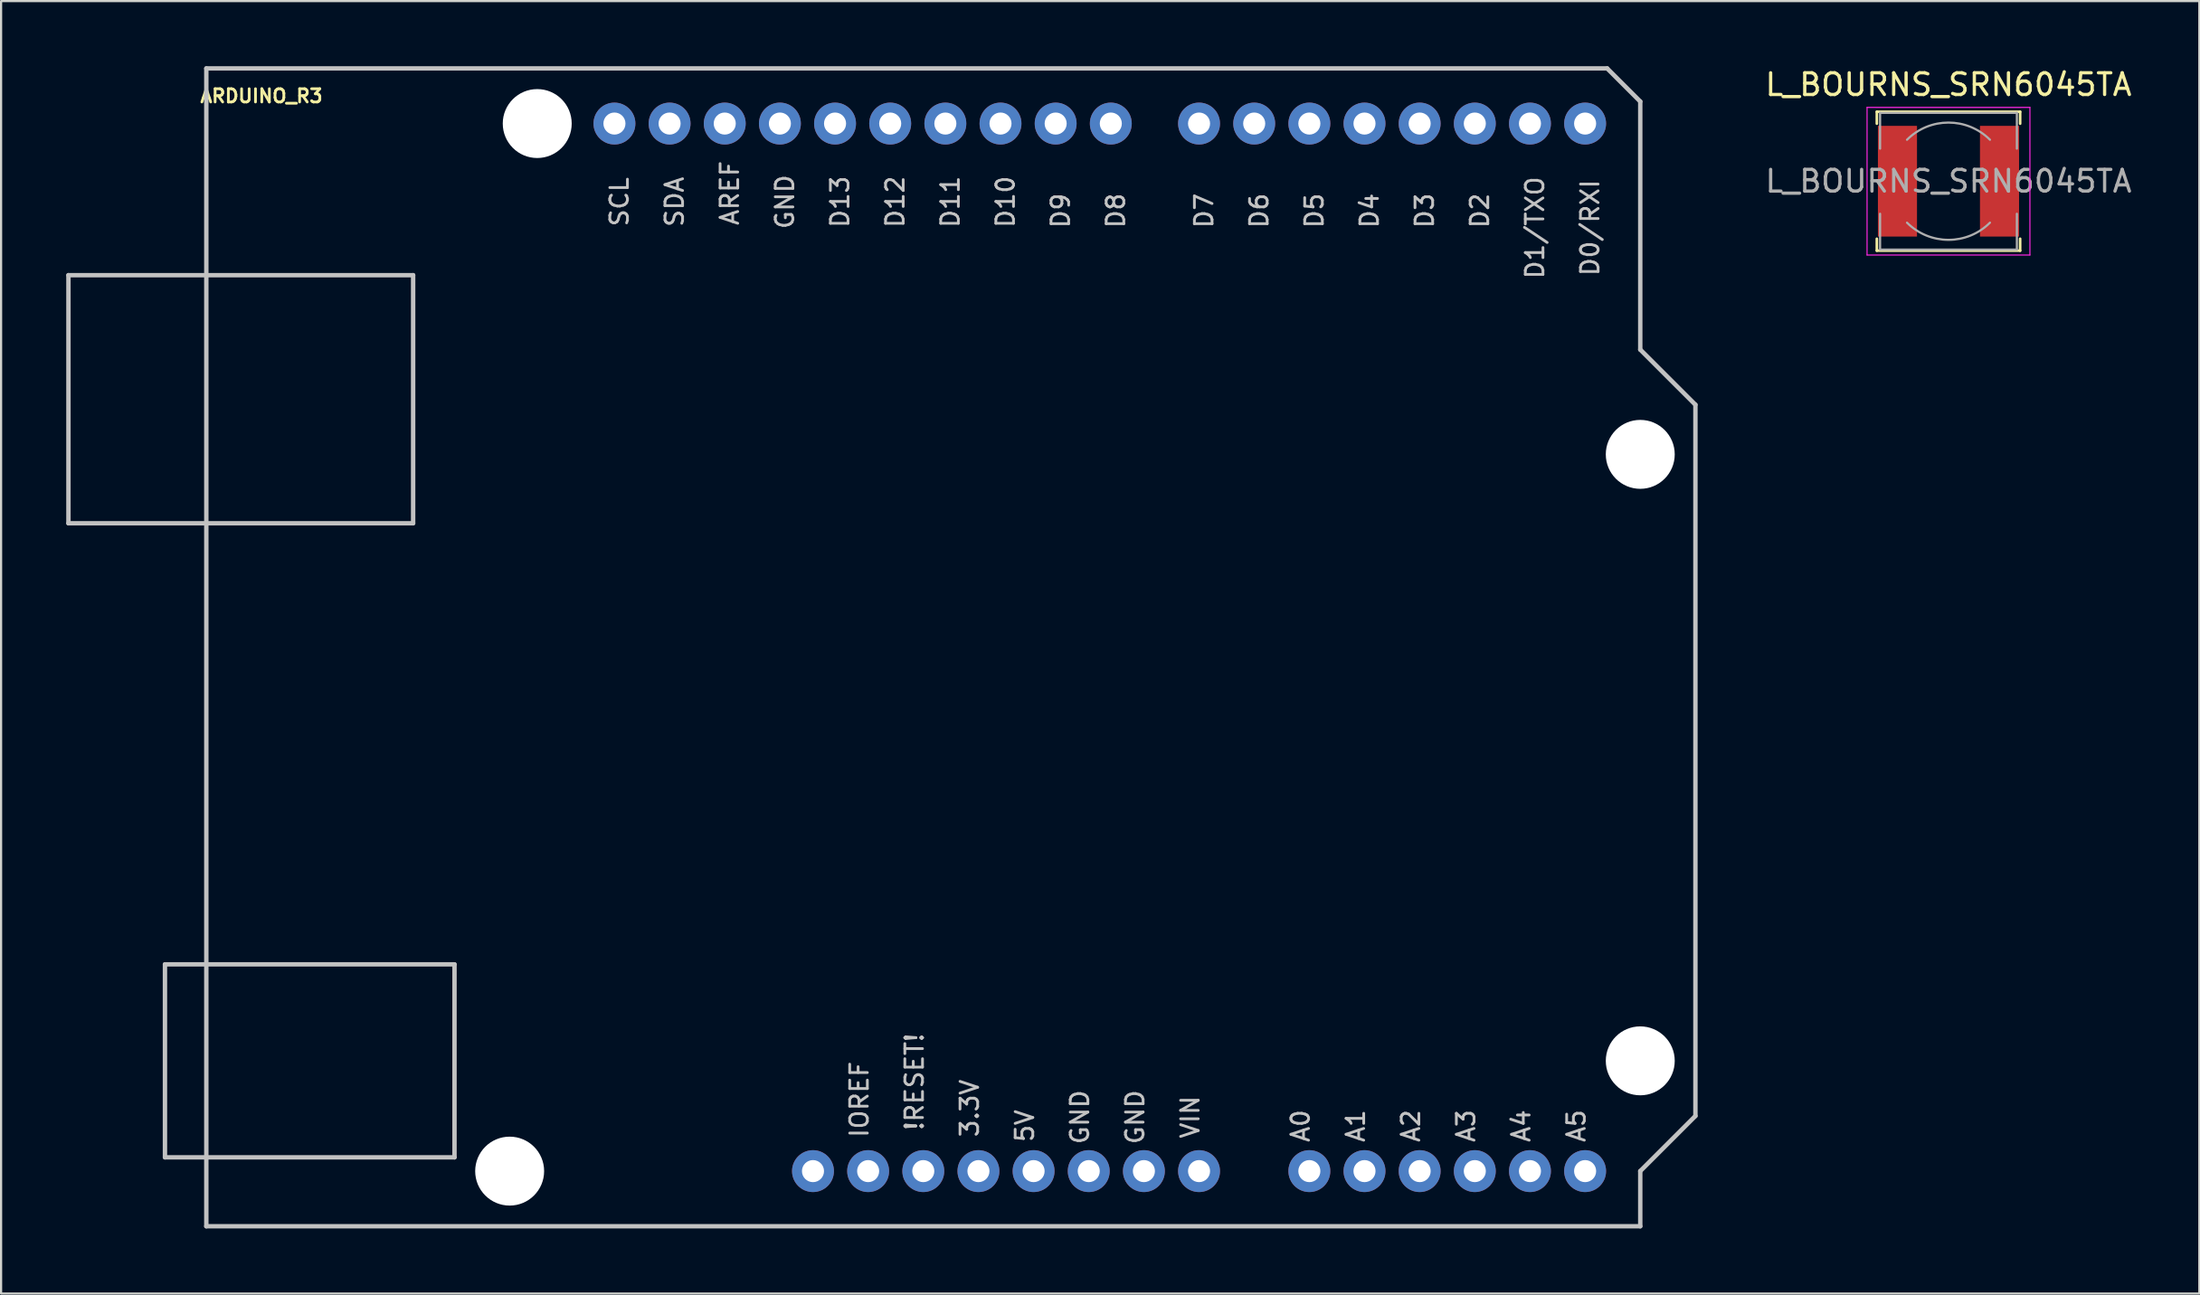
<source format=kicad_pcb>
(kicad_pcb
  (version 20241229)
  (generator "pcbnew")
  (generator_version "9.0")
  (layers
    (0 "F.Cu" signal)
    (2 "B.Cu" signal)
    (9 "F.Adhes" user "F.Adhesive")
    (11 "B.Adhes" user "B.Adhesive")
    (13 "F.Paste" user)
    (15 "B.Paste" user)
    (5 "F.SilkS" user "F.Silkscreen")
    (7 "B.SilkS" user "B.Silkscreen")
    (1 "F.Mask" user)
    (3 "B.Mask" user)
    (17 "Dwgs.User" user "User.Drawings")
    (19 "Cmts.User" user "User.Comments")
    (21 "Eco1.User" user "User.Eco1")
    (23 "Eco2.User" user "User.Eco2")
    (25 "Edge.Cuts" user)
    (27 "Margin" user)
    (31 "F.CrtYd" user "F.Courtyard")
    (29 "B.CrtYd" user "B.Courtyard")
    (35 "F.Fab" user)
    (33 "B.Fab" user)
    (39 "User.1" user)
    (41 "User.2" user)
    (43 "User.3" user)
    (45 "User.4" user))
  (footprint "ARDUINO_R3"
    (layer "F.Cu")
    (at 39.472 26.772)
    (property "Reference" "ARDUINO_R3" (at -30.48 -25.4 0) (layer "F.SilkS") (effects (font (size 0.61 0.61) (thickness 0.127))))
    (attr exclude_from_pos_files exclude_from_bom)
    (fp_line (start -39.37 -17.145) (end -23.495 -17.145) (stroke (width 0.203) (type solid)) (layer "Dwgs.User"))
    (fp_line (start -39.37 -5.715) (end -39.37 -17.145) (stroke (width 0.203) (type solid)) (layer "Dwgs.User"))
    (fp_line (start -34.925 14.605) (end -21.59 14.605) (stroke (width 0.203) (type solid)) (layer "Dwgs.User"))
    (fp_line (start -34.925 23.495) (end -34.925 14.605) (stroke (width 0.203) (type solid)) (layer "Dwgs.User"))
    (fp_line (start -33.02 -26.67) (end 31.496 -26.67) (stroke (width 0.203) (type solid)) (layer "Dwgs.User"))
    (fp_line (start -33.02 26.67) (end -33.02 -26.67) (stroke (width 0.203) (type solid)) (layer "Dwgs.User"))
    (fp_line (start -23.495 -17.145) (end -23.495 -5.715) (stroke (width 0.203) (type solid)) (layer "Dwgs.User"))
    (fp_line (start -23.495 -5.715) (end -39.37 -5.715) (stroke (width 0.203) (type solid)) (layer "Dwgs.User"))
    (fp_line (start -21.59 14.605) (end -21.59 23.495) (stroke (width 0.203) (type solid)) (layer "Dwgs.User"))
    (fp_line (start -21.59 23.495) (end -34.925 23.495) (stroke (width 0.203) (type solid)) (layer "Dwgs.User"))
    (fp_line (start 31.496 -26.67) (end 33.02 -25.146) (stroke (width 0.203) (type solid)) (layer "Dwgs.User"))
    (fp_line (start 33.02 -25.146) (end 33.02 -13.716) (stroke (width 0.203) (type solid)) (layer "Dwgs.User"))
    (fp_line (start 33.02 -13.716) (end 35.56 -11.176) (stroke (width 0.203) (type solid)) (layer "Dwgs.User"))
    (fp_line (start 33.02 24.13) (end 33.02 26.67) (stroke (width 0.203) (type solid)) (layer "Dwgs.User"))
    (fp_line (start 33.02 26.67) (end -33.02 26.67) (stroke (width 0.203) (type solid)) (layer "Dwgs.User"))
    (fp_line (start 35.56 -11.176) (end 35.56 21.59) (stroke (width 0.203) (type solid)) (layer "Dwgs.User"))
    (fp_line (start 35.56 21.59) (end 33.02 24.13) (stroke (width 0.203) (type solid)) (layer "Dwgs.User"))
    (fp_text user "A3" (at 24.994 22.047 90) (layer "Dwgs.User") (effects (font (size 0.813 0.813) (thickness 0.127))))
    (fp_text user "D2" (at 25.629 -20.117 90) (layer "Dwgs.User") (effects (font (size 0.813 0.813) (thickness 0.127))))
    (fp_text user "D7" (at 12.929 -20.117 90) (layer "Dwgs.User") (effects (font (size 0.813 0.813) (thickness 0.127))))
    (fp_text user "A5" (at 30.074 22.047 90) (layer "Dwgs.User") (effects (font (size 0.813 0.813) (thickness 0.127))))
    (fp_text user "A2" (at 22.454 22.047 90) (layer "Dwgs.User") (effects (font (size 0.813 0.813) (thickness 0.127))))
    (fp_text user "D5" (at 18.009 -20.117 90) (layer "Dwgs.User") (effects (font (size 0.813 0.813) (thickness 0.127))))
    (fp_text user "IOREF" (at -2.946 20.828 90) (layer "Dwgs.User") (effects (font (size 0.813 0.813) (thickness 0.127))))
    (fp_text user "VIN" (at 12.294 21.641 90) (layer "Dwgs.User") (effects (font (size 0.813 0.813) (thickness 0.127))))
    (fp_text user "A1" (at 19.914 22.047 90) (layer "Dwgs.User") (effects (font (size 0.813 0.813) (thickness 0.127))))
    (fp_text user "SDA" (at -11.455 -20.523 90) (layer "Dwgs.User") (effects (font (size 0.813 0.813) (thickness 0.127))))
    (fp_text user "D3" (at 23.089 -20.117 90) (layer "Dwgs.User") (effects (font (size 0.813 0.813) (thickness 0.127))))
    (fp_text user "D0/RXI" (at 30.709 -19.329 90) (layer "Dwgs.User") (effects (font (size 0.813 0.813) (thickness 0.127))))
    (fp_text user "AREF" (at -8.915 -20.93 90) (layer "Dwgs.User") (effects (font (size 0.813 0.813) (thickness 0.127))))
    (fp_text user "D12" (at -1.295 -20.523 90) (layer "Dwgs.User") (effects (font (size 0.813 0.813) (thickness 0.127))))
    (fp_text user "GND" (at 7.211 21.641 90) (layer "Dwgs.User") (effects (font (size 0.813 0.813) (thickness 0.127))))
    (fp_text user "GND" (at 9.754 21.641 90) (layer "Dwgs.User") (effects (font (size 0.813 0.813) (thickness 0.127))))
    (fp_text user "SCL" (at -13.995 -20.523 90) (layer "Dwgs.User") (effects (font (size 0.813 0.813) (thickness 0.127))))
    (fp_text user "D10" (at 3.785 -20.523 90) (layer "Dwgs.User") (effects (font (size 0.813 0.813) (thickness 0.127))))
    (fp_text user "A4" (at 27.534 22.047 90) (layer "Dwgs.User") (effects (font (size 0.813 0.813) (thickness 0.127))))
    (fp_text user "!RESET!" (at -0.406 20.015 90) (layer "Dwgs.User") (effects (font (size 0.813 0.813) (thickness 0.127))))
    (fp_text user "D11" (at 1.245 -20.523 90) (layer "Dwgs.User") (effects (font (size 0.813 0.813) (thickness 0.127))))
    (fp_text user "D1/TXO" (at 28.169 -19.329 90) (layer "Dwgs.User") (effects (font (size 0.813 0.813) (thickness 0.127))))
    (fp_text user "3.3V" (at 2.134 21.234 90) (layer "Dwgs.User") (effects (font (size 0.813 0.813) (thickness 0.127))))
    (fp_text user "D9" (at 6.325 -20.117 90) (layer "Dwgs.User") (effects (font (size 0.813 0.813) (thickness 0.127))))
    (fp_text user "A0" (at 17.374 22.047 90) (layer "Dwgs.User") (effects (font (size 0.813 0.813) (thickness 0.127))))
    (fp_text user "D6" (at 15.469 -20.117 90) (layer "Dwgs.User") (effects (font (size 0.813 0.813) (thickness 0.127))))
    (fp_text user "D13" (at -3.835 -20.523 90) (layer "Dwgs.User") (effects (font (size 0.813 0.813) (thickness 0.127))))
    (fp_text user "D8" (at 8.865 -20.117 90) (layer "Dwgs.User") (effects (font (size 0.813 0.813) (thickness 0.127))))
    (fp_text user "D4" (at 20.549 -20.117 90) (layer "Dwgs.User") (effects (font (size 0.813 0.813) (thickness 0.127))))
    (fp_text user "5V" (at 4.674 22.047 90) (layer "Dwgs.User") (effects (font (size 0.813 0.813) (thickness 0.127))))
    (fp_text user "GND" (at -6.375 -20.523 90) (layer "Dwgs.User") (effects (font (size 0.813 0.813) (thickness 0.127))))
    (pad "" np_thru_hole circle (at -19.05 24.13) (size 3.175 3.175) (drill 3.175) (layers "*.Cu" "*.Mask"))
    (pad "" np_thru_hole circle (at -17.78 -24.13) (size 3.175 3.175) (drill 3.175) (layers "*.Cu" "*.Mask"))
    (pad "" np_thru_hole circle (at 33.02 -8.89) (size 3.175 3.175) (drill 3.175) (layers "*.Cu" "*.Mask"))
    (pad "" np_thru_hole circle (at 33.02 19.05) (size 3.175 3.175) (drill 3.175) (layers "*.Cu" "*.Mask"))
    (pad "1" thru_hole circle (at -5.08 24.13) (size 1.93 1.93) (drill 1.016) (layers "*.Cu" "*.Mask"))
    (pad "2" thru_hole circle (at -2.54 24.13) (size 1.93 1.93) (drill 1.016) (layers "*.Cu" "*.Mask"))
    (pad "3" thru_hole circle (at 0 24.13) (size 1.93 1.93) (drill 1.016) (layers "*.Cu" "*.Mask"))
    (pad "4" thru_hole circle (at 2.54 24.13) (size 1.93 1.93) (drill 1.016) (layers "*.Cu" "*.Mask"))
    (pad "5" thru_hole circle (at 5.08 24.13) (size 1.93 1.93) (drill 1.016) (layers "*.Cu" "*.Mask"))
    (pad "6" thru_hole circle (at 7.62 24.13) (size 1.93 1.93) (drill 1.016) (layers "*.Cu" "*.Mask"))
    (pad "7" thru_hole circle (at 10.16 24.13) (size 1.93 1.93) (drill 1.016) (layers "*.Cu" "*.Mask"))
    (pad "8" thru_hole circle (at 12.7 24.13) (size 1.93 1.93) (drill 1.016) (layers "*.Cu" "*.Mask"))
    (pad "9" thru_hole circle (at 17.78 24.13) (size 1.93 1.93) (drill 1.016) (layers "*.Cu" "*.Mask"))
    (pad "10" thru_hole circle (at 20.32 24.13) (size 1.93 1.93) (drill 1.016) (layers "*.Cu" "*.Mask"))
    (pad "11" thru_hole circle (at 22.86 24.13) (size 1.93 1.93) (drill 1.016) (layers "*.Cu" "*.Mask"))
    (pad "12" thru_hole circle (at 25.4 24.13) (size 1.93 1.93) (drill 1.016) (layers "*.Cu" "*.Mask"))
    (pad "13" thru_hole circle (at 27.94 24.13) (size 1.93 1.93) (drill 1.016) (layers "*.Cu" "*.Mask"))
    (pad "14" thru_hole circle (at 30.48 24.13) (size 1.93 1.93) (drill 1.016) (layers "*.Cu" "*.Mask"))
    (pad "15" thru_hole circle (at 30.48 -24.13) (size 1.93 1.93) (drill 1.016) (layers "*.Cu" "*.Mask"))
    (pad "16" thru_hole circle (at 27.94 -24.13) (size 1.93 1.93) (drill 1.016) (layers "*.Cu" "*.Mask"))
    (pad "17" thru_hole circle (at 25.4 -24.13) (size 1.93 1.93) (drill 1.016) (layers "*.Cu" "*.Mask"))
    (pad "18" thru_hole circle (at 22.86 -24.13) (size 1.93 1.93) (drill 1.016) (layers "*.Cu" "*.Mask"))
    (pad "19" thru_hole circle (at 20.32 -24.13) (size 1.93 1.93) (drill 1.016) (layers "*.Cu" "*.Mask"))
    (pad "20" thru_hole circle (at 17.78 -24.13) (size 1.93 1.93) (drill 1.016) (layers "*.Cu" "*.Mask"))
    (pad "21" thru_hole circle (at 15.24 -24.13) (size 1.93 1.93) (drill 1.016) (layers "*.Cu" "*.Mask"))
    (pad "22" thru_hole circle (at 12.7 -24.13) (size 1.93 1.93) (drill 1.016) (layers "*.Cu" "*.Mask"))
    (pad "23" thru_hole circle (at 8.636 -24.13) (size 1.93 1.93) (drill 1.016) (layers "*.Cu" "*.Mask"))
    (pad "24" thru_hole circle (at 6.096 -24.13) (size 1.93 1.93) (drill 1.016) (layers "*.Cu" "*.Mask"))
    (pad "25" thru_hole circle (at 3.556 -24.13) (size 1.93 1.93) (drill 1.016) (layers "*.Cu" "*.Mask"))
    (pad "26" thru_hole circle (at 1.016 -24.13) (size 1.93 1.93) (drill 1.016) (layers "*.Cu" "*.Mask"))
    (pad "27" thru_hole circle (at -1.524 -24.13) (size 1.93 1.93) (drill 1.016) (layers "*.Cu" "*.Mask"))
    (pad "28" thru_hole circle (at -4.064 -24.13) (size 1.93 1.93) (drill 1.016) (layers "*.Cu" "*.Mask"))
    (pad "29" thru_hole circle (at -6.604 -24.13) (size 1.93 1.93) (drill 1.016) (layers "*.Cu" "*.Mask"))
    (pad "30" thru_hole circle (at -9.144 -24.13) (size 1.93 1.93) (drill 1.016) (layers "*.Cu" "*.Mask"))
    (pad "31" thru_hole circle (at -11.684 -24.13) (size 1.93 1.93) (drill 1.016) (layers "*.Cu" "*.Mask"))
    (pad "32" thru_hole circle (at -14.224 -24.13) (size 1.93 1.93) (drill 1.016) (layers "*.Cu" "*.Mask")))
  (footprint "L_BOURNS_SRN6045TA"
    (layer "F.Cu")
    (at 86.687 5.298)
    (property "Reference" "L_BOURNS_SRN6045TA" (at 0 -4.45 0) (layer "F.SilkS") (effects (font (size 1 1) (thickness 0.15))))
    (attr smd)
    (fp_line (start -3.3 -3.2) (end 3.3 -3.2) (stroke (width 0.12) (type solid)) (layer "F.SilkS"))
    (fp_line (start -3.3 -2.65) (end -3.3 -3.2) (stroke (width 0.12) (type solid)) (layer "F.SilkS"))
    (fp_line (start -3.3 3.2) (end -3.3 2.65) (stroke (width 0.12) (type solid)) (layer "F.SilkS"))
    (fp_line (start 3.3 -3.2) (end 3.3 -2.65) (stroke (width 0.12) (type solid)) (layer "F.SilkS"))
    (fp_line (start 3.3 2.65) (end 3.3 3.2) (stroke (width 0.12) (type solid)) (layer "F.SilkS"))
    (fp_line (start 3.3 3.2) (end -3.3 3.2) (stroke (width 0.12) (type solid)) (layer "F.SilkS"))
    (fp_line (start -3.75 -3.4) (end -3.75 3.4) (stroke (width 0.05) (type solid)) (layer "F.CrtYd"))
    (fp_line (start -3.75 3.4) (end 3.75 3.4) (stroke (width 0.05) (type solid)) (layer "F.CrtYd"))
    (fp_line (start 3.75 -3.4) (end -3.75 -3.4) (stroke (width 0.05) (type solid)) (layer "F.CrtYd"))
    (fp_line (start 3.75 3.4) (end 3.75 -3.4) (stroke (width 0.05) (type solid)) (layer "F.CrtYd"))
    (fp_line (start -3.15 -3.15) (end -3.15 -1.5) (stroke (width 0.1) (type solid)) (layer "F.Fab"))
    (fp_line (start -3.15 -3.15) (end 3.15 -3.15) (stroke (width 0.1) (type solid)) (layer "F.Fab"))
    (fp_line (start -3.15 3.15) (end -3.15 1.5) (stroke (width 0.1) (type solid)) (layer "F.Fab"))
    (fp_line (start -3.15 3.15) (end 3.15 3.15) (stroke (width 0.1) (type solid)) (layer "F.Fab"))
    (fp_line (start 3.15 -3.15) (end 3.15 -1.5) (stroke (width 0.1) (type solid)) (layer "F.Fab"))
    (fp_line (start 3.15 3.15) (end 3.15 1.5) (stroke (width 0.1) (type solid)) (layer "F.Fab"))
    (fp_arc (start -1.91 -1.91) (mid 0 -2.701148) (end 1.91 -1.91) (stroke (width 0.1) (type solid)) (layer "F.Fab"))
    (fp_arc (start 1.91 1.91) (mid 0 2.701148) (end -1.91 1.91) (stroke (width 0.1) (type solid)) (layer "F.Fab"))
    (fp_text user "${REFERENCE}" (at 0 0 0) (layer "F.Fab") (effects (font (size 1 1) (thickness 0.15))))
    (pad "1" smd rect (at -2.35 0) (size 1.8 5.1) (layers "F.Cu" "F.Mask" "F.Paste"))
    (pad "2" smd rect (at 2.35 0) (size 1.8 5.1) (layers "F.Cu" "F.Mask" "F.Paste")))
  (gr_rect
    (start -3 -3)
    (end 98.24 56.543)
    (stroke (width 0.1) (type default))
    (fill no)
    (layer "Edge.Cuts")))
</source>
